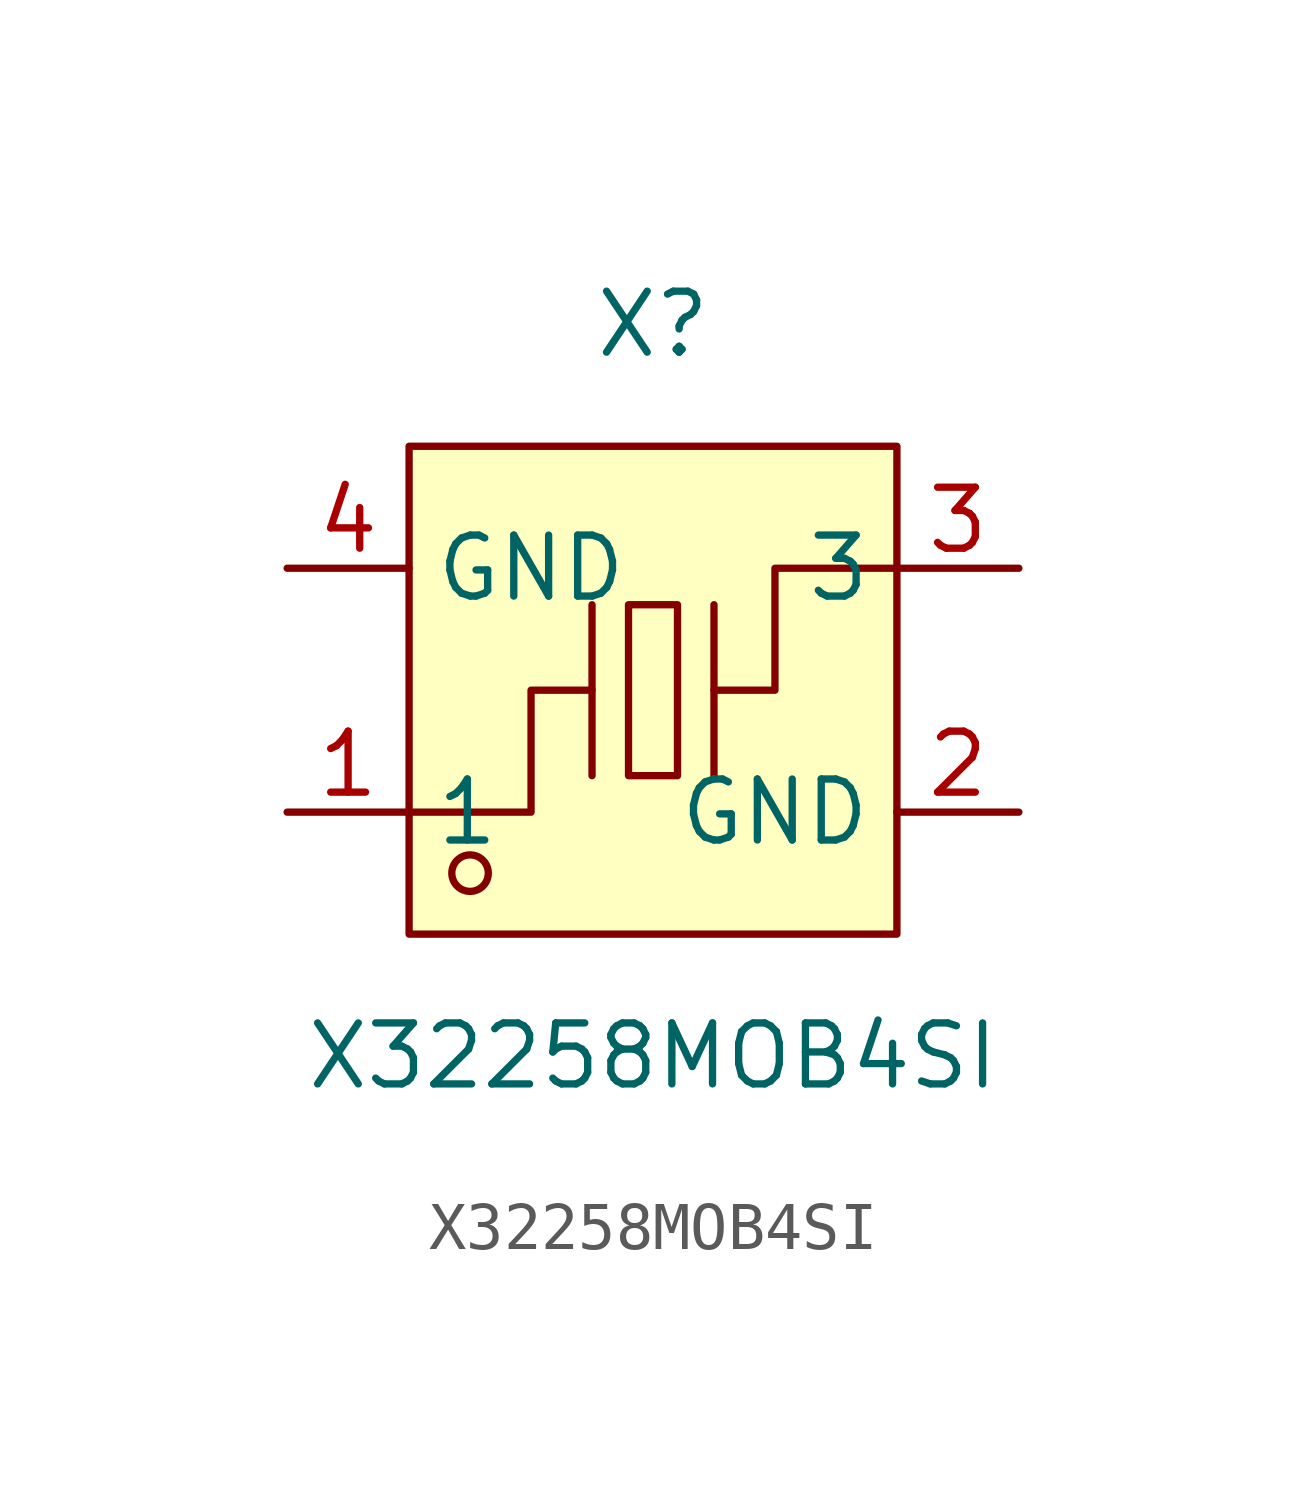
<source format=kicad_sym>
(kicad_symbol_lib
  (version 20241209)
  (generator "kicad_symbol_editor")
  (generator_version "9.0")
  (symbol "X32258MOB4SI"
    (property "Reference" "X"
      (at 0 7.62 0)
      (effects (font (size 1.27 1.27))))
    (property "Value" "X32258MOB4SI"
      (at 0 -7.62 0)
      (effects (font (size 1.27 1.27))))
    (symbol "X32258MOB4SI_0_1"
      (rectangle (start -5.08 5.08) (end 5.08 -5.08) (stroke (width 0) (type default)) (fill (type background)))
      (polyline (pts (xy -5.08 -2.54) (xy -2.54 -2.54) (xy -2.54 0) (xy -1.27 0)) (stroke (width 0) (type default)) (fill (type none)))
      (circle (center -3.81 -3.81) (radius 0.38) (stroke (width 0) (type default)) (fill (type none)))
      (polyline (pts (xy -1.27 -1.78) (xy -1.27 1.78)) (stroke (width 0) (type default)) (fill (type none)))
      (rectangle (start -0.51 1.78) (end 0.51 -1.78) (stroke (width 0) (type default)) (fill (type background)))
      (polyline (pts (xy 1.27 -1.78) (xy 1.27 1.78)) (stroke (width 0) (type default)) (fill (type none)))
      (polyline (pts (xy 5.08 2.54) (xy 2.54 2.54) (xy 2.54 0) (xy 1.27 0)) (stroke (width 0) (type default)) (fill (type none)))
      (pin input line (at -7.62 2.54 0) (length 2.54) (name "GND" (effects (font (size 1.27 1.27)))) (number "4" (effects (font (size 1.27 1.27)))))
      (pin input line (at -7.62 -2.54 0) (length 2.54) (name "1" (effects (font (size 1.27 1.27)))) (number "1" (effects (font (size 1.27 1.27)))))
      (pin input line (at 7.62 2.54 180) (length 2.54) (name "3" (effects (font (size 1.27 1.27)))) (number "3" (effects (font (size 1.27 1.27)))))
      (pin input line (at 7.62 -2.54 180) (length 2.54) (name "GND" (effects (font (size 1.27 1.27)))) (number "2" (effects (font (size 1.27 1.27))))))))
</source>
